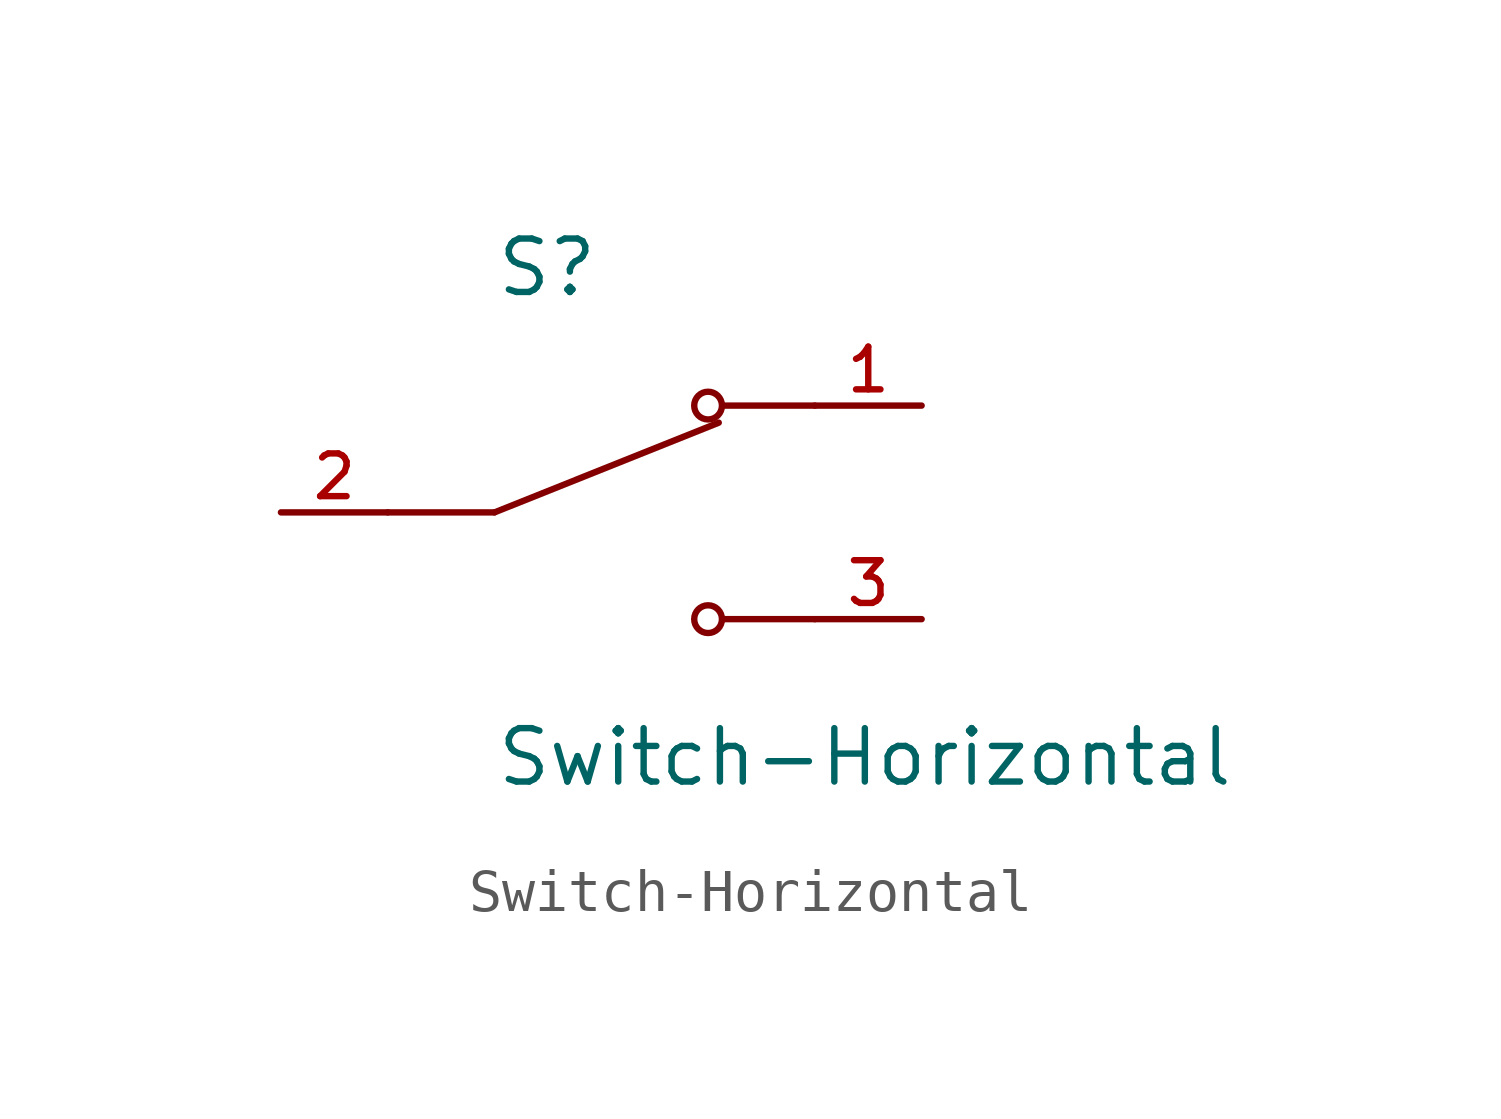
<source format=kicad_sym>
(kicad_symbol_lib
  (version 20220914)
  (generator kicad_symbol_editor)
  (symbol "Switch-Horizontal"
    (pin_names
      (offset 1.016))
    (property "Reference" "S"
      (at -2.54 5.08 0)
      (effects (font (size 1.27 1.27)) (justify left bottom)))
    (property "Value" "Switch-Horizontal"
      (at -2.54 -5.08 0)
      (effects (font (size 1.27 1.27)) (justify left top)))
    (symbol "Switch-Horizontal_0_0"
      (polyline (pts (xy -2.54 0) (xy -5.08 0)) (stroke (width 0.152) (type default)) (fill (type none)))
      (polyline (pts (xy -2.54 0) (xy 2.794 2.134)) (stroke (width 0.152) (type default)) (fill (type none)))
      (polyline (pts (xy 5.08 -2.54) (xy 2.921 -2.54)) (stroke (width 0.152) (type default)) (fill (type none)))
      (polyline (pts (xy 5.08 2.54) (xy 2.921 2.54)) (stroke (width 0.152) (type default)) (fill (type none)))
      (circle (center 2.54 -2.54) (radius 0.33) (stroke (width 0.152) (type default)) (fill (type none)))
      (circle (center 2.54 2.54) (radius 0.33) (stroke (width 0.152) (type default)) (fill (type none)))
      (pin passive line (at 7.62 2.54 180) (length 2.54) (name "~" (effects (font (size 1.016 1.016)))) (number "1" (effects (font (size 1.016 1.016)))))
      (pin passive line (at -7.62 0 0) (length 2.54) (name "~" (effects (font (size 1.016 1.016)))) (number "2" (effects (font (size 1.016 1.016)))))
      (pin passive line (at 7.62 -2.54 180) (length 2.54) (name "~" (effects (font (size 1.016 1.016)))) (number "3" (effects (font (size 1.016 1.016))))))))
</source>
